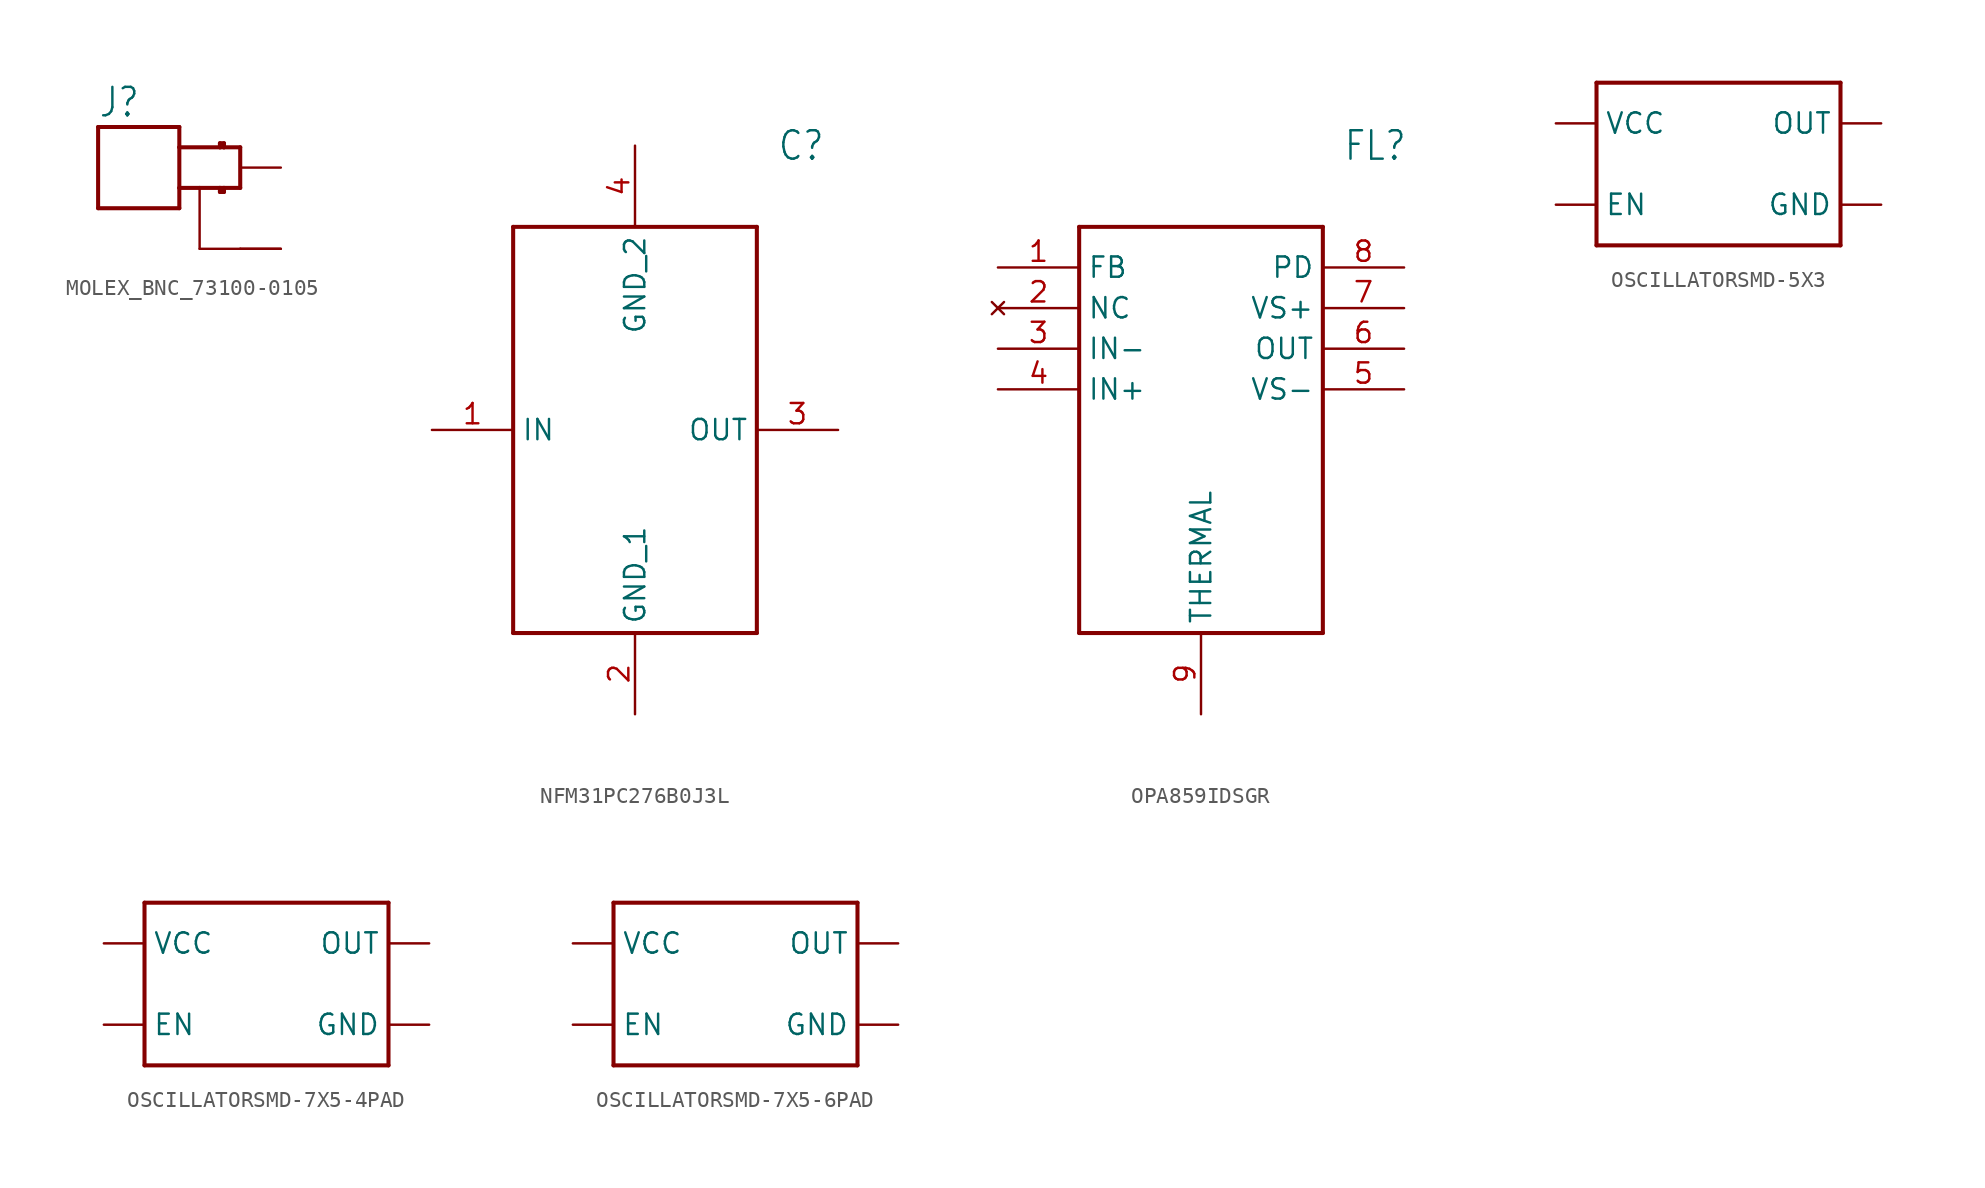
<source format=kicad_sym>
(kicad_symbol_lib
  (version 20231120)
  (generator "kicad_symbol_editor")
  (generator_version "8.0")
  (symbol "MOLEX_BNC_73100-0105"
    (property "Reference" "J"
      (at -3.81 3.048 0)
      (effects (font (size 1.778 1.511)) (justify left bottom)))
    (property "Value" ""
      (at -3.81 -4.826 0)
      (effects (font (size 1.778 1.511)) (justify left bottom)))
    (property "ki_locked" ""
      (at 0 0 0)
      (effects (font (size 1.27 1.27))))
    (symbol "MOLEX_BNC_73100-0105_1_0"
      (polyline (pts (xy -3.81 -2.54) (xy 1.27 -2.54)) (stroke (width 0.254) (type solid)) (fill (type none)))
      (polyline (pts (xy -3.81 2.54) (xy -3.81 -2.54)) (stroke (width 0.254) (type solid)) (fill (type none)))
      (polyline (pts (xy 1.27 -2.54) (xy 1.27 -1.27)) (stroke (width 0.254) (type solid)) (fill (type none)))
      (polyline (pts (xy 1.27 -1.27) (xy 2.54 -1.27)) (stroke (width 0.254) (type solid)) (fill (type none)))
      (polyline (pts (xy 1.27 1.27) (xy 1.27 -1.27)) (stroke (width 0.254) (type solid)) (fill (type none)))
      (polyline (pts (xy 1.27 1.27) (xy 1.27 2.54)) (stroke (width 0.254) (type solid)) (fill (type none)))
      (polyline (pts (xy 1.27 2.54) (xy -3.81 2.54)) (stroke (width 0.254) (type solid)) (fill (type none)))
      (polyline (pts (xy 2.54 -5.08) (xy 2.54 -1.27)) (stroke (width 0.152) (type solid)) (fill (type none)))
      (polyline (pts (xy 2.54 -1.27) (xy 3.81 -1.27)) (stroke (width 0.254) (type solid)) (fill (type none)))
      (polyline (pts (xy 3.81 -1.524) (xy 4.064 -1.524)) (stroke (width 0.254) (type solid)) (fill (type none)))
      (polyline (pts (xy 3.81 -1.27) (xy 3.81 -1.524)) (stroke (width 0.254) (type solid)) (fill (type none)))
      (polyline (pts (xy 3.81 -1.27) (xy 4.064 -1.27)) (stroke (width 0.254) (type solid)) (fill (type none)))
      (polyline (pts (xy 3.81 1.27) (xy 1.27 1.27)) (stroke (width 0.254) (type solid)) (fill (type none)))
      (polyline (pts (xy 3.81 1.27) (xy 3.81 1.524)) (stroke (width 0.254) (type solid)) (fill (type none)))
      (polyline (pts (xy 3.81 1.524) (xy 4.064 1.524)) (stroke (width 0.254) (type solid)) (fill (type none)))
      (polyline (pts (xy 4.064 -1.524) (xy 4.064 -1.27)) (stroke (width 0.254) (type solid)) (fill (type none)))
      (polyline (pts (xy 4.064 -1.27) (xy 5.08 -1.27)) (stroke (width 0.254) (type solid)) (fill (type none)))
      (polyline (pts (xy 4.064 1.27) (xy 3.81 1.27)) (stroke (width 0.254) (type solid)) (fill (type none)))
      (polyline (pts (xy 4.064 1.524) (xy 4.064 1.27)) (stroke (width 0.254) (type solid)) (fill (type none)))
      (polyline (pts (xy 5.08 -5.08) (xy 2.54 -5.08)) (stroke (width 0.152) (type solid)) (fill (type none)))
      (polyline (pts (xy 5.08 -1.27) (xy 5.08 1.27)) (stroke (width 0.254) (type solid)) (fill (type none)))
      (polyline (pts (xy 5.08 1.27) (xy 4.064 1.27)) (stroke (width 0.254) (type solid)) (fill (type none)))
      (pin bidirectional line (at 7.62 -5.08 180) (length 2.54) (name "GND" (effects (font (size 0 0)))) (number "GND1" (effects (font (size 0 0)))))
      (pin bidirectional line (at 7.62 -5.08 180) (length 2.54) (name "GND" (effects (font (size 0 0)))) (number "GND2" (effects (font (size 0 0)))))
      (pin bidirectional line (at 7.62 0 180) (length 2.54) (name "SIGNAL" (effects (font (size 0 0)))) (number "SIGNAL" (effects (font (size 0 0)))))))
  (symbol "NFM31PC276B0J3L"
    (property "Reference" "C"
      (at 21.59 17.78 0)
      (effects (font (size 1.778 1.511)) (justify left)))
    (property "Value" ""
      (at 21.59 15.24 0)
      (effects (font (size 1.778 1.511)) (justify left)))
    (property "ki_locked" ""
      (at 0 0 0)
      (effects (font (size 1.27 1.27))))
    (symbol "NFM31PC276B0J3L_1_0"
      (polyline (pts (xy 5.08 12.7) (xy 5.08 -12.7)) (stroke (width 0.254) (type solid)) (fill (type none)))
      (polyline (pts (xy 5.08 12.7) (xy 20.32 12.7)) (stroke (width 0.254) (type solid)) (fill (type none)))
      (polyline (pts (xy 20.32 -12.7) (xy 5.08 -12.7)) (stroke (width 0.254) (type solid)) (fill (type none)))
      (polyline (pts (xy 20.32 -12.7) (xy 20.32 12.7)) (stroke (width 0.254) (type solid)) (fill (type none)))
      (pin bidirectional line (at 0 0 0) (length 5.08) (name "IN" (effects (font (size 1.27 1.27)))) (number "1" (effects (font (size 1.27 1.27)))))
      (pin bidirectional line (at 12.7 -17.78 90) (length 5.08) (name "GND_1" (effects (font (size 1.27 1.27)))) (number "2" (effects (font (size 1.27 1.27)))))
      (pin bidirectional line (at 25.4 0 180) (length 5.08) (name "OUT" (effects (font (size 1.27 1.27)))) (number "3" (effects (font (size 1.27 1.27)))))
      (pin bidirectional line (at 12.7 17.78 270) (length 5.08) (name "GND_2" (effects (font (size 1.27 1.27)))) (number "4" (effects (font (size 1.27 1.27)))))))
  (symbol "OPA859IDSGR"
    (property "Reference" "FL"
      (at 21.59 7.62 0)
      (effects (font (size 1.778 1.511)) (justify left)))
    (property "Value" ""
      (at 21.59 5.08 0)
      (effects (font (size 1.778 1.511)) (justify left)))
    (property "ki_locked" ""
      (at 0 0 0)
      (effects (font (size 1.27 1.27))))
    (symbol "OPA859IDSGR_1_0"
      (polyline (pts (xy 5.08 2.54) (xy 5.08 -22.86)) (stroke (width 0.254) (type solid)) (fill (type none)))
      (polyline (pts (xy 5.08 2.54) (xy 20.32 2.54)) (stroke (width 0.254) (type solid)) (fill (type none)))
      (polyline (pts (xy 20.32 -22.86) (xy 5.08 -22.86)) (stroke (width 0.254) (type solid)) (fill (type none)))
      (polyline (pts (xy 20.32 -22.86) (xy 20.32 2.54)) (stroke (width 0.254) (type solid)) (fill (type none)))
      (pin input line (at 0 0 0) (length 5.08) (name "FB" (effects (font (size 1.27 1.27)))) (number "1" (effects (font (size 1.27 1.27)))))
      (pin no_connect line (at 0 -2.54 0) (length 5.08) (name "NC" (effects (font (size 1.27 1.27)))) (number "2" (effects (font (size 1.27 1.27)))))
      (pin input line (at 0 -5.08 0) (length 5.08) (name "IN-" (effects (font (size 1.27 1.27)))) (number "3" (effects (font (size 1.27 1.27)))))
      (pin input line (at 0 -7.62 0) (length 5.08) (name "IN+" (effects (font (size 1.27 1.27)))) (number "4" (effects (font (size 1.27 1.27)))))
      (pin power_in line (at 25.4 -7.62 180) (length 5.08) (name "VS-" (effects (font (size 1.27 1.27)))) (number "5" (effects (font (size 1.27 1.27)))))
      (pin output line (at 25.4 -5.08 180) (length 5.08) (name "OUT" (effects (font (size 1.27 1.27)))) (number "6" (effects (font (size 1.27 1.27)))))
      (pin power_in line (at 25.4 -2.54 180) (length 5.08) (name "VS+" (effects (font (size 1.27 1.27)))) (number "7" (effects (font (size 1.27 1.27)))))
      (pin input line (at 25.4 0 180) (length 5.08) (name "PD" (effects (font (size 1.27 1.27)))) (number "8" (effects (font (size 1.27 1.27)))))
      (pin bidirectional line (at 12.7 -27.94 90) (length 5.08) (name "THERMAL" (effects (font (size 1.27 1.27)))) (number "9" (effects (font (size 1.27 1.27)))))))
  (symbol "OSCILLATORSMD-5X3"
    (property "Reference" "Y"
      (at -7.62 5.334 0)
      (effects (font (size 1.778 1.778)) (justify left bottom) (hide yes)))
    (property "ki_locked" ""
      (at 0 0 0)
      (effects (font (size 1.27 1.27))))
    (symbol "OSCILLATORSMD-5X3_1_0"
      (polyline (pts (xy -7.62 -5.08) (xy -7.62 5.08)) (stroke (width 0.254) (type solid)) (fill (type none)))
      (polyline (pts (xy -7.62 5.08) (xy 7.62 5.08)) (stroke (width 0.254) (type solid)) (fill (type none)))
      (polyline (pts (xy 7.62 -5.08) (xy -7.62 -5.08)) (stroke (width 0.254) (type solid)) (fill (type none)))
      (polyline (pts (xy 7.62 5.08) (xy 7.62 -5.08)) (stroke (width 0.254) (type solid)) (fill (type none)))
      (pin bidirectional line (at -10.16 -2.54 0) (length 2.54) (name "EN" (effects (font (size 1.27 1.27)))) (number "1" (effects (font (size 0 0)))))
      (pin bidirectional line (at 10.16 -2.54 180) (length 2.54) (name "GND" (effects (font (size 1.27 1.27)))) (number "2" (effects (font (size 0 0)))))
      (pin bidirectional line (at 10.16 2.54 180) (length 2.54) (name "OUT" (effects (font (size 1.27 1.27)))) (number "3" (effects (font (size 0 0)))))
      (pin bidirectional line (at -10.16 2.54 0) (length 2.54) (name "VCC" (effects (font (size 1.27 1.27)))) (number "4" (effects (font (size 0 0)))))))
  (symbol "OSCILLATORSMD-7X5-4PAD"
    (property "Reference" "Y"
      (at -7.62 5.334 0)
      (effects (font (size 1.778 1.778)) (justify left bottom) (hide yes)))
    (property "ki_locked" ""
      (at 0 0 0)
      (effects (font (size 1.27 1.27))))
    (symbol "OSCILLATORSMD-7X5-4PAD_1_0"
      (polyline (pts (xy -7.62 -5.08) (xy -7.62 5.08)) (stroke (width 0.254) (type solid)) (fill (type none)))
      (polyline (pts (xy -7.62 5.08) (xy 7.62 5.08)) (stroke (width 0.254) (type solid)) (fill (type none)))
      (polyline (pts (xy 7.62 -5.08) (xy -7.62 -5.08)) (stroke (width 0.254) (type solid)) (fill (type none)))
      (polyline (pts (xy 7.62 5.08) (xy 7.62 -5.08)) (stroke (width 0.254) (type solid)) (fill (type none)))
      (pin bidirectional line (at -10.16 -2.54 0) (length 2.54) (name "EN" (effects (font (size 1.27 1.27)))) (number "1" (effects (font (size 0 0)))))
      (pin bidirectional line (at 10.16 -2.54 180) (length 2.54) (name "GND" (effects (font (size 1.27 1.27)))) (number "2" (effects (font (size 0 0)))))
      (pin bidirectional line (at 10.16 2.54 180) (length 2.54) (name "OUT" (effects (font (size 1.27 1.27)))) (number "3" (effects (font (size 0 0)))))
      (pin bidirectional line (at -10.16 2.54 0) (length 2.54) (name "VCC" (effects (font (size 1.27 1.27)))) (number "4" (effects (font (size 0 0)))))))
  (symbol "OSCILLATORSMD-7X5-6PAD"
    (property "Reference" "Y"
      (at -7.62 5.334 0)
      (effects (font (size 1.778 1.778)) (justify left bottom) (hide yes)))
    (property "ki_locked" ""
      (at 0 0 0)
      (effects (font (size 1.27 1.27))))
    (symbol "OSCILLATORSMD-7X5-6PAD_1_0"
      (polyline (pts (xy -7.62 -5.08) (xy -7.62 5.08)) (stroke (width 0.254) (type solid)) (fill (type none)))
      (polyline (pts (xy -7.62 5.08) (xy 7.62 5.08)) (stroke (width 0.254) (type solid)) (fill (type none)))
      (polyline (pts (xy 7.62 -5.08) (xy -7.62 -5.08)) (stroke (width 0.254) (type solid)) (fill (type none)))
      (polyline (pts (xy 7.62 5.08) (xy 7.62 -5.08)) (stroke (width 0.254) (type solid)) (fill (type none)))
      (pin bidirectional line (at -10.16 -2.54 0) (length 2.54) (name "EN" (effects (font (size 1.27 1.27)))) (number "1" (effects (font (size 0 0)))))
      (pin bidirectional line (at 10.16 -2.54 180) (length 2.54) (name "GND" (effects (font (size 1.27 1.27)))) (number "2" (effects (font (size 0 0)))))
      (pin bidirectional line (at 10.16 2.54 180) (length 2.54) (name "OUT" (effects (font (size 1.27 1.27)))) (number "3" (effects (font (size 0 0)))))
      (pin bidirectional line (at -10.16 2.54 0) (length 2.54) (name "VCC" (effects (font (size 1.27 1.27)))) (number "4" (effects (font (size 0 0))))))))
</source>
